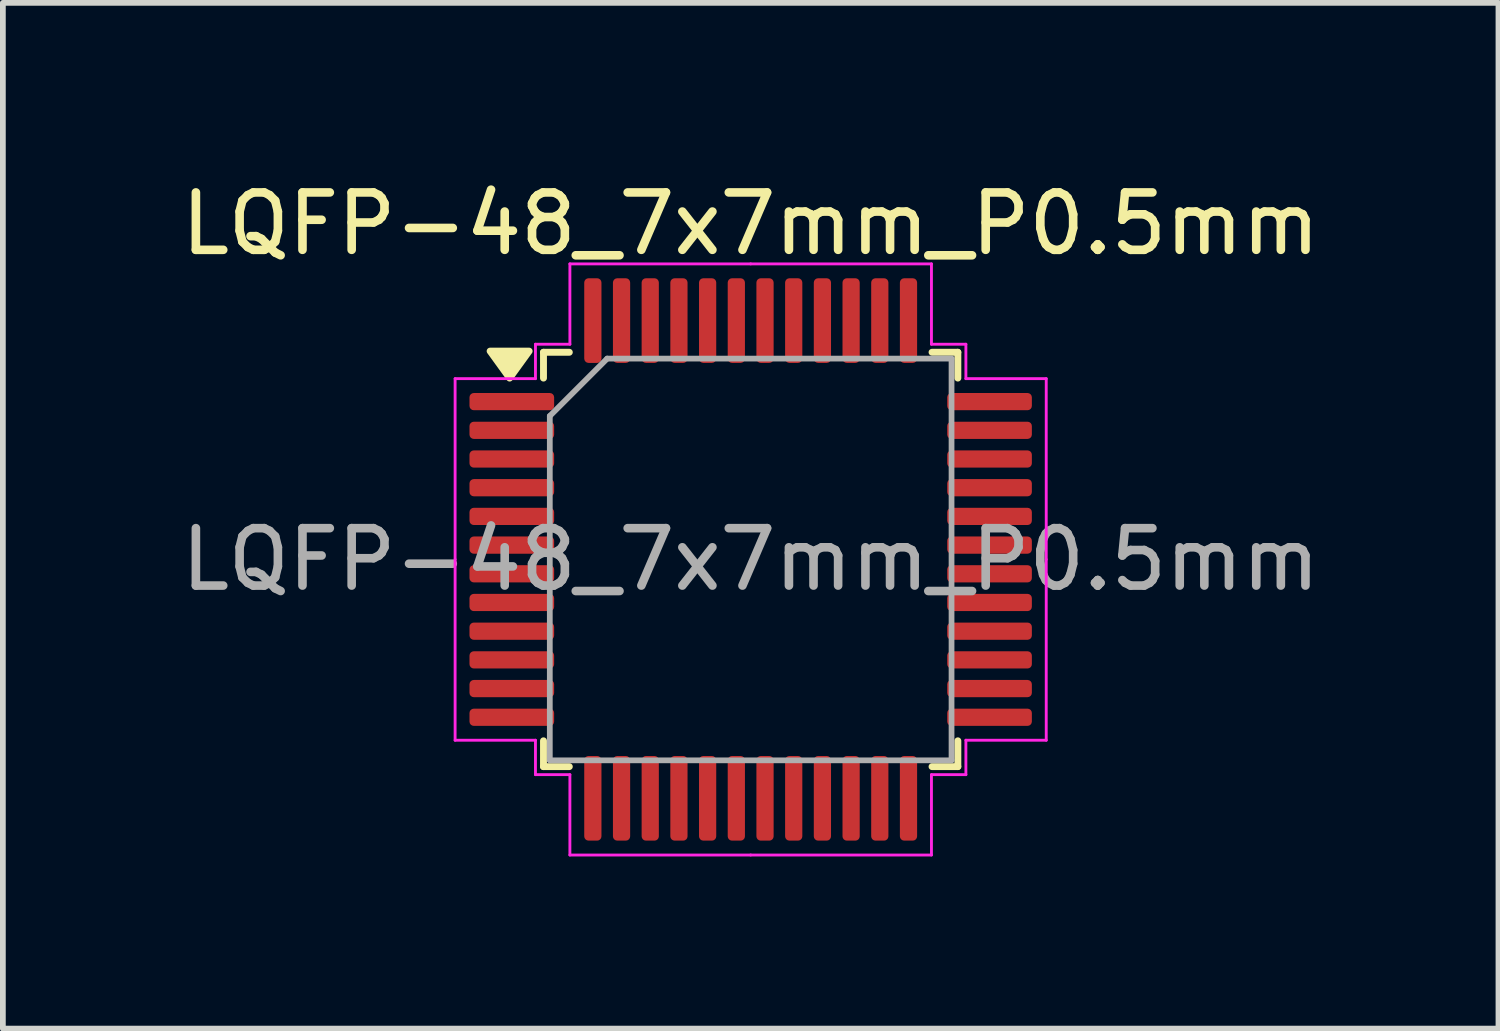
<source format=kicad_pcb>
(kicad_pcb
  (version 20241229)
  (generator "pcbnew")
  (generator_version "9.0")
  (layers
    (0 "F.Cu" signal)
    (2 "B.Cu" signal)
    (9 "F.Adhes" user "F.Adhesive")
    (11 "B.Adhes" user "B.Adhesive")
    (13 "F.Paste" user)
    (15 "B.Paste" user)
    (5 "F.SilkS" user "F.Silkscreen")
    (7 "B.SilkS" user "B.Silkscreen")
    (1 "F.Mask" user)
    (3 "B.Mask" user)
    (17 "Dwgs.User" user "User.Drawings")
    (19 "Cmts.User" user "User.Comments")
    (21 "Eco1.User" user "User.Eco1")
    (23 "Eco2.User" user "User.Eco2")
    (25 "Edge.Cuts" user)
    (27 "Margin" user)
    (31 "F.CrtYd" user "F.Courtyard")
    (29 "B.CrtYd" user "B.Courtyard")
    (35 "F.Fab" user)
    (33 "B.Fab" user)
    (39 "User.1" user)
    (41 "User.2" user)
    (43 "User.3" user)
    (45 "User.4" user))
  (footprint "LQFP-48_7x7mm_P0.5mm"
    (layer "F.Cu")
    (at 10.03 6.698)
    (property "Reference" "LQFP-48_7x7mm_P0.5mm" (at 0 -5.85 0) (layer "F.SilkS") (effects (font (size 1 1) (thickness 0.15))))
    (attr smd)
    (fp_line (start -3.61 -3.61) (end -3.61 -3.16) (stroke (width 0.12) (type solid)) (layer "F.SilkS"))
    (fp_line (start -3.61 3.61) (end -3.61 3.16) (stroke (width 0.12) (type solid)) (layer "F.SilkS"))
    (fp_line (start -3.16 -3.61) (end -3.61 -3.61) (stroke (width 0.12) (type solid)) (layer "F.SilkS"))
    (fp_line (start -3.16 3.61) (end -3.61 3.61) (stroke (width 0.12) (type solid)) (layer "F.SilkS"))
    (fp_line (start 3.16 -3.61) (end 3.61 -3.61) (stroke (width 0.12) (type solid)) (layer "F.SilkS"))
    (fp_line (start 3.16 3.61) (end 3.61 3.61) (stroke (width 0.12) (type solid)) (layer "F.SilkS"))
    (fp_line (start 3.61 -3.61) (end 3.61 -3.16) (stroke (width 0.12) (type solid)) (layer "F.SilkS"))
    (fp_line (start 3.61 3.61) (end 3.61 3.16) (stroke (width 0.12) (type solid)) (layer "F.SilkS"))
    (fp_poly (pts (xy -4.2 -3.16) (xy -4.54 -3.63) (xy -3.86 -3.63) (xy -4.2 -3.16)) (stroke (width 0.12) (type solid)) (fill yes) (layer "F.SilkS"))
    (fp_line (start -5.15 -3.15) (end -5.15 0) (stroke (width 0.05) (type solid)) (layer "F.CrtYd"))
    (fp_line (start -5.15 3.15) (end -5.15 0) (stroke (width 0.05) (type solid)) (layer "F.CrtYd"))
    (fp_line (start -3.75 -3.75) (end -3.75 -3.15) (stroke (width 0.05) (type solid)) (layer "F.CrtYd"))
    (fp_line (start -3.75 -3.15) (end -5.15 -3.15) (stroke (width 0.05) (type solid)) (layer "F.CrtYd"))
    (fp_line (start -3.75 3.15) (end -5.15 3.15) (stroke (width 0.05) (type solid)) (layer "F.CrtYd"))
    (fp_line (start -3.75 3.75) (end -3.75 3.15) (stroke (width 0.05) (type solid)) (layer "F.CrtYd"))
    (fp_line (start -3.15 -5.15) (end -3.15 -3.75) (stroke (width 0.05) (type solid)) (layer "F.CrtYd"))
    (fp_line (start -3.15 -3.75) (end -3.75 -3.75) (stroke (width 0.05) (type solid)) (layer "F.CrtYd"))
    (fp_line (start -3.15 3.75) (end -3.75 3.75) (stroke (width 0.05) (type solid)) (layer "F.CrtYd"))
    (fp_line (start -3.15 5.15) (end -3.15 3.75) (stroke (width 0.05) (type solid)) (layer "F.CrtYd"))
    (fp_line (start 0 -5.15) (end -3.15 -5.15) (stroke (width 0.05) (type solid)) (layer "F.CrtYd"))
    (fp_line (start 0 -5.15) (end 3.15 -5.15) (stroke (width 0.05) (type solid)) (layer "F.CrtYd"))
    (fp_line (start 0 5.15) (end -3.15 5.15) (stroke (width 0.05) (type solid)) (layer "F.CrtYd"))
    (fp_line (start 0 5.15) (end 3.15 5.15) (stroke (width 0.05) (type solid)) (layer "F.CrtYd"))
    (fp_line (start 3.15 -5.15) (end 3.15 -3.75) (stroke (width 0.05) (type solid)) (layer "F.CrtYd"))
    (fp_line (start 3.15 -3.75) (end 3.75 -3.75) (stroke (width 0.05) (type solid)) (layer "F.CrtYd"))
    (fp_line (start 3.15 3.75) (end 3.75 3.75) (stroke (width 0.05) (type solid)) (layer "F.CrtYd"))
    (fp_line (start 3.15 5.15) (end 3.15 3.75) (stroke (width 0.05) (type solid)) (layer "F.CrtYd"))
    (fp_line (start 3.75 -3.75) (end 3.75 -3.15) (stroke (width 0.05) (type solid)) (layer "F.CrtYd"))
    (fp_line (start 3.75 -3.15) (end 5.15 -3.15) (stroke (width 0.05) (type solid)) (layer "F.CrtYd"))
    (fp_line (start 3.75 3.15) (end 5.15 3.15) (stroke (width 0.05) (type solid)) (layer "F.CrtYd"))
    (fp_line (start 3.75 3.75) (end 3.75 3.15) (stroke (width 0.05) (type solid)) (layer "F.CrtYd"))
    (fp_line (start 5.15 -3.15) (end 5.15 0) (stroke (width 0.05) (type solid)) (layer "F.CrtYd"))
    (fp_line (start 5.15 3.15) (end 5.15 0) (stroke (width 0.05) (type solid)) (layer "F.CrtYd"))
    (fp_line (start -3.5 -2.5) (end -2.5 -3.5) (stroke (width 0.1) (type solid)) (layer "F.Fab"))
    (fp_line (start -3.5 3.5) (end -3.5 -2.5) (stroke (width 0.1) (type solid)) (layer "F.Fab"))
    (fp_line (start -2.5 -3.5) (end 3.5 -3.5) (stroke (width 0.1) (type solid)) (layer "F.Fab"))
    (fp_line (start 3.5 -3.5) (end 3.5 3.5) (stroke (width 0.1) (type solid)) (layer "F.Fab"))
    (fp_line (start 3.5 3.5) (end -3.5 3.5) (stroke (width 0.1) (type solid)) (layer "F.Fab"))
    (fp_text user "${REFERENCE}" (at 0 0 0) (layer "F.Fab") (effects (font (size 1 1) (thickness 0.15))))
    (pad "1" smd roundrect (at -4.162 -2.75) (size 1.475 0.3) (layers "F.Cu" "F.Mask" "F.Paste") (roundrect_rratio 0.25))
    (pad "2" smd roundrect (at -4.162 -2.25) (size 1.475 0.3) (layers "F.Cu" "F.Mask" "F.Paste") (roundrect_rratio 0.25))
    (pad "3" smd roundrect (at -4.162 -1.75) (size 1.475 0.3) (layers "F.Cu" "F.Mask" "F.Paste") (roundrect_rratio 0.25))
    (pad "4" smd roundrect (at -4.162 -1.25) (size 1.475 0.3) (layers "F.Cu" "F.Mask" "F.Paste") (roundrect_rratio 0.25))
    (pad "5" smd roundrect (at -4.162 -0.75) (size 1.475 0.3) (layers "F.Cu" "F.Mask" "F.Paste") (roundrect_rratio 0.25))
    (pad "6" smd roundrect (at -4.162 -0.25) (size 1.475 0.3) (layers "F.Cu" "F.Mask" "F.Paste") (roundrect_rratio 0.25))
    (pad "7" smd roundrect (at -4.162 0.25) (size 1.475 0.3) (layers "F.Cu" "F.Mask" "F.Paste") (roundrect_rratio 0.25))
    (pad "8" smd roundrect (at -4.162 0.75) (size 1.475 0.3) (layers "F.Cu" "F.Mask" "F.Paste") (roundrect_rratio 0.25))
    (pad "9" smd roundrect (at -4.162 1.25) (size 1.475 0.3) (layers "F.Cu" "F.Mask" "F.Paste") (roundrect_rratio 0.25))
    (pad "10" smd roundrect (at -4.162 1.75) (size 1.475 0.3) (layers "F.Cu" "F.Mask" "F.Paste") (roundrect_rratio 0.25))
    (pad "11" smd roundrect (at -4.162 2.25) (size 1.475 0.3) (layers "F.Cu" "F.Mask" "F.Paste") (roundrect_rratio 0.25))
    (pad "12" smd roundrect (at -4.162 2.75) (size 1.475 0.3) (layers "F.Cu" "F.Mask" "F.Paste") (roundrect_rratio 0.25))
    (pad "13" smd roundrect (at -2.75 4.162) (size 0.3 1.475) (layers "F.Cu" "F.Mask" "F.Paste") (roundrect_rratio 0.25))
    (pad "14" smd roundrect (at -2.25 4.162) (size 0.3 1.475) (layers "F.Cu" "F.Mask" "F.Paste") (roundrect_rratio 0.25))
    (pad "15" smd roundrect (at -1.75 4.162) (size 0.3 1.475) (layers "F.Cu" "F.Mask" "F.Paste") (roundrect_rratio 0.25))
    (pad "16" smd roundrect (at -1.25 4.162) (size 0.3 1.475) (layers "F.Cu" "F.Mask" "F.Paste") (roundrect_rratio 0.25))
    (pad "17" smd roundrect (at -0.75 4.162) (size 0.3 1.475) (layers "F.Cu" "F.Mask" "F.Paste") (roundrect_rratio 0.25))
    (pad "18" smd roundrect (at -0.25 4.162) (size 0.3 1.475) (layers "F.Cu" "F.Mask" "F.Paste") (roundrect_rratio 0.25))
    (pad "19" smd roundrect (at 0.25 4.162) (size 0.3 1.475) (layers "F.Cu" "F.Mask" "F.Paste") (roundrect_rratio 0.25))
    (pad "20" smd roundrect (at 0.75 4.162) (size 0.3 1.475) (layers "F.Cu" "F.Mask" "F.Paste") (roundrect_rratio 0.25))
    (pad "21" smd roundrect (at 1.25 4.162) (size 0.3 1.475) (layers "F.Cu" "F.Mask" "F.Paste") (roundrect_rratio 0.25))
    (pad "22" smd roundrect (at 1.75 4.162) (size 0.3 1.475) (layers "F.Cu" "F.Mask" "F.Paste") (roundrect_rratio 0.25))
    (pad "23" smd roundrect (at 2.25 4.162) (size 0.3 1.475) (layers "F.Cu" "F.Mask" "F.Paste") (roundrect_rratio 0.25))
    (pad "24" smd roundrect (at 2.75 4.162) (size 0.3 1.475) (layers "F.Cu" "F.Mask" "F.Paste") (roundrect_rratio 0.25))
    (pad "25" smd roundrect (at 4.162 2.75) (size 1.475 0.3) (layers "F.Cu" "F.Mask" "F.Paste") (roundrect_rratio 0.25))
    (pad "26" smd roundrect (at 4.162 2.25) (size 1.475 0.3) (layers "F.Cu" "F.Mask" "F.Paste") (roundrect_rratio 0.25))
    (pad "27" smd roundrect (at 4.162 1.75) (size 1.475 0.3) (layers "F.Cu" "F.Mask" "F.Paste") (roundrect_rratio 0.25))
    (pad "28" smd roundrect (at 4.162 1.25) (size 1.475 0.3) (layers "F.Cu" "F.Mask" "F.Paste") (roundrect_rratio 0.25))
    (pad "29" smd roundrect (at 4.162 0.75) (size 1.475 0.3) (layers "F.Cu" "F.Mask" "F.Paste") (roundrect_rratio 0.25))
    (pad "30" smd roundrect (at 4.162 0.25) (size 1.475 0.3) (layers "F.Cu" "F.Mask" "F.Paste") (roundrect_rratio 0.25))
    (pad "31" smd roundrect (at 4.162 -0.25) (size 1.475 0.3) (layers "F.Cu" "F.Mask" "F.Paste") (roundrect_rratio 0.25))
    (pad "32" smd roundrect (at 4.162 -0.75) (size 1.475 0.3) (layers "F.Cu" "F.Mask" "F.Paste") (roundrect_rratio 0.25))
    (pad "33" smd roundrect (at 4.162 -1.25) (size 1.475 0.3) (layers "F.Cu" "F.Mask" "F.Paste") (roundrect_rratio 0.25))
    (pad "34" smd roundrect (at 4.162 -1.75) (size 1.475 0.3) (layers "F.Cu" "F.Mask" "F.Paste") (roundrect_rratio 0.25))
    (pad "35" smd roundrect (at 4.162 -2.25) (size 1.475 0.3) (layers "F.Cu" "F.Mask" "F.Paste") (roundrect_rratio 0.25))
    (pad "36" smd roundrect (at 4.162 -2.75) (size 1.475 0.3) (layers "F.Cu" "F.Mask" "F.Paste") (roundrect_rratio 0.25))
    (pad "37" smd roundrect (at 2.75 -4.162) (size 0.3 1.475) (layers "F.Cu" "F.Mask" "F.Paste") (roundrect_rratio 0.25))
    (pad "38" smd roundrect (at 2.25 -4.162) (size 0.3 1.475) (layers "F.Cu" "F.Mask" "F.Paste") (roundrect_rratio 0.25))
    (pad "39" smd roundrect (at 1.75 -4.162) (size 0.3 1.475) (layers "F.Cu" "F.Mask" "F.Paste") (roundrect_rratio 0.25))
    (pad "40" smd roundrect (at 1.25 -4.162) (size 0.3 1.475) (layers "F.Cu" "F.Mask" "F.Paste") (roundrect_rratio 0.25))
    (pad "41" smd roundrect (at 0.75 -4.162) (size 0.3 1.475) (layers "F.Cu" "F.Mask" "F.Paste") (roundrect_rratio 0.25))
    (pad "42" smd roundrect (at 0.25 -4.162) (size 0.3 1.475) (layers "F.Cu" "F.Mask" "F.Paste") (roundrect_rratio 0.25))
    (pad "43" smd roundrect (at -0.25 -4.162) (size 0.3 1.475) (layers "F.Cu" "F.Mask" "F.Paste") (roundrect_rratio 0.25))
    (pad "44" smd roundrect (at -0.75 -4.162) (size 0.3 1.475) (layers "F.Cu" "F.Mask" "F.Paste") (roundrect_rratio 0.25))
    (pad "45" smd roundrect (at -1.25 -4.162) (size 0.3 1.475) (layers "F.Cu" "F.Mask" "F.Paste") (roundrect_rratio 0.25))
    (pad "46" smd roundrect (at -1.75 -4.162) (size 0.3 1.475) (layers "F.Cu" "F.Mask" "F.Paste") (roundrect_rratio 0.25))
    (pad "47" smd roundrect (at -2.25 -4.162) (size 0.3 1.475) (layers "F.Cu" "F.Mask" "F.Paste") (roundrect_rratio 0.25))
    (pad "48" smd roundrect (at -2.75 -4.162) (size 0.3 1.475) (layers "F.Cu" "F.Mask" "F.Paste") (roundrect_rratio 0.25)))
  (gr_rect
    (start -3 -3)
    (end 23.06 14.873)
    (stroke (width 0.1) (type default))
    (fill no)
    (layer "Edge.Cuts")))
</source>
